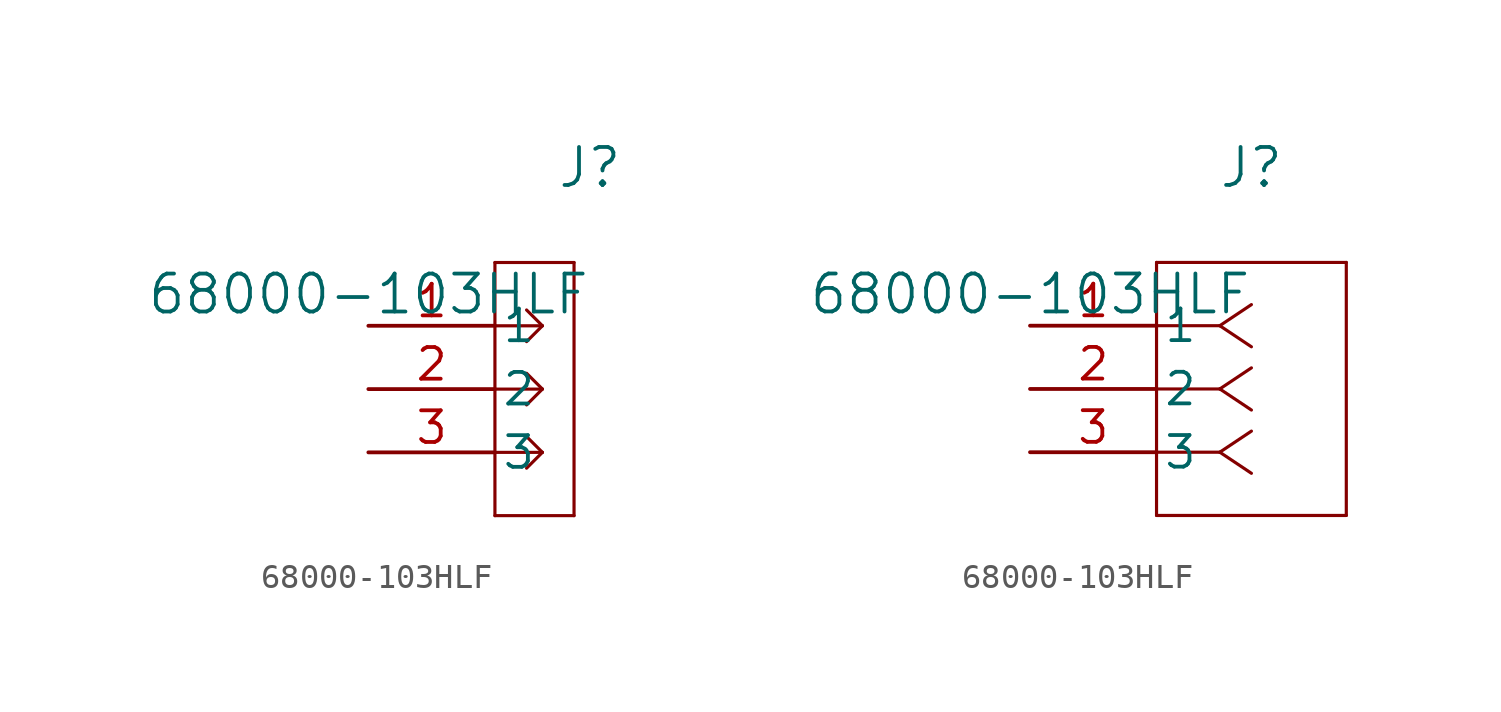
<source format=kicad_sym>
(kicad_symbol_lib
  (version 20220914)
  (generator kicad_symbol_editor)
  (symbol "68000-103HLF"
    (pin_names
      (offset 0.254))
    (property "Reference" "J"
      (at 8.89 6.35 0)
      (effects (font (size 1.524 1.524))))
    (property "Value" "68000-103HLF"
      (at 0 1.27 0)
      (effects (font (size 1.524 1.524))))
    (property "ki_locked" ""
      (at 0 0 0)
      (effects (font (size 1.27 1.27))))
    (symbol "68000-103HLF_1_1"
      (polyline (pts (xy 5.08 -7.62) (xy 8.255 -7.62)) (stroke (width 0.127) (type default)) (fill (type none)))
      (polyline (pts (xy 5.08 2.54) (xy 5.08 -7.62)) (stroke (width 0.127) (type default)) (fill (type none)))
      (polyline (pts (xy 6.985 -5.08) (xy 5.08 -5.08)) (stroke (width 0.127) (type default)) (fill (type none)))
      (polyline (pts (xy 6.985 -5.08) (xy 6.35 -5.715)) (stroke (width 0.127) (type default)) (fill (type none)))
      (polyline (pts (xy 6.985 -5.08) (xy 6.35 -4.445)) (stroke (width 0.127) (type default)) (fill (type none)))
      (polyline (pts (xy 6.985 -2.54) (xy 5.08 -2.54)) (stroke (width 0.127) (type default)) (fill (type none)))
      (polyline (pts (xy 6.985 -2.54) (xy 6.35 -3.175)) (stroke (width 0.127) (type default)) (fill (type none)))
      (polyline (pts (xy 6.985 -2.54) (xy 6.35 -1.905)) (stroke (width 0.127) (type default)) (fill (type none)))
      (polyline (pts (xy 6.985 0) (xy 5.08 0)) (stroke (width 0.127) (type default)) (fill (type none)))
      (polyline (pts (xy 6.985 0) (xy 6.35 -0.635)) (stroke (width 0.127) (type default)) (fill (type none)))
      (polyline (pts (xy 6.985 0) (xy 6.35 0.635)) (stroke (width 0.127) (type default)) (fill (type none)))
      (polyline (pts (xy 8.255 -7.62) (xy 8.255 2.54)) (stroke (width 0.127) (type default)) (fill (type none)))
      (polyline (pts (xy 8.255 2.54) (xy 5.08 2.54)) (stroke (width 0.127) (type default)) (fill (type none)))
      (pin unspecified line (at 0 0 0) (length 5.08) (name "1" (effects (font (size 1.27 1.27)))) (number "1" (effects (font (size 1.27 1.27)))))
      (pin unspecified line (at 0 -2.54 0) (length 5.08) (name "2" (effects (font (size 1.27 1.27)))) (number "2" (effects (font (size 1.27 1.27)))))
      (pin unspecified line (at 0 -5.08 0) (length 5.08) (name "3" (effects (font (size 1.27 1.27)))) (number "3" (effects (font (size 1.27 1.27))))))
    (symbol "68000-103HLF_1_2"
      (polyline (pts (xy 5.08 -7.62) (xy 12.7 -7.62)) (stroke (width 0.127) (type default)) (fill (type none)))
      (polyline (pts (xy 5.08 2.54) (xy 5.08 -7.62)) (stroke (width 0.127) (type default)) (fill (type none)))
      (polyline (pts (xy 7.62 -5.08) (xy 5.08 -5.08)) (stroke (width 0.127) (type default)) (fill (type none)))
      (polyline (pts (xy 7.62 -5.08) (xy 8.89 -5.927)) (stroke (width 0.127) (type default)) (fill (type none)))
      (polyline (pts (xy 7.62 -5.08) (xy 8.89 -4.233)) (stroke (width 0.127) (type default)) (fill (type none)))
      (polyline (pts (xy 7.62 -2.54) (xy 5.08 -2.54)) (stroke (width 0.127) (type default)) (fill (type none)))
      (polyline (pts (xy 7.62 -2.54) (xy 8.89 -3.387)) (stroke (width 0.127) (type default)) (fill (type none)))
      (polyline (pts (xy 7.62 -2.54) (xy 8.89 -1.693)) (stroke (width 0.127) (type default)) (fill (type none)))
      (polyline (pts (xy 7.62 0) (xy 5.08 0)) (stroke (width 0.127) (type default)) (fill (type none)))
      (polyline (pts (xy 7.62 0) (xy 8.89 -0.847)) (stroke (width 0.127) (type default)) (fill (type none)))
      (polyline (pts (xy 7.62 0) (xy 8.89 0.847)) (stroke (width 0.127) (type default)) (fill (type none)))
      (polyline (pts (xy 12.7 -7.62) (xy 12.7 2.54)) (stroke (width 0.127) (type default)) (fill (type none)))
      (polyline (pts (xy 12.7 2.54) (xy 5.08 2.54)) (stroke (width 0.127) (type default)) (fill (type none)))
      (pin unspecified line (at 0 0 0) (length 5.08) (name "1" (effects (font (size 1.27 1.27)))) (number "1" (effects (font (size 1.27 1.27)))))
      (pin unspecified line (at 0 -2.54 0) (length 5.08) (name "2" (effects (font (size 1.27 1.27)))) (number "2" (effects (font (size 1.27 1.27)))))
      (pin unspecified line (at 0 -5.08 0) (length 5.08) (name "3" (effects (font (size 1.27 1.27)))) (number "3" (effects (font (size 1.27 1.27))))))))
</source>
